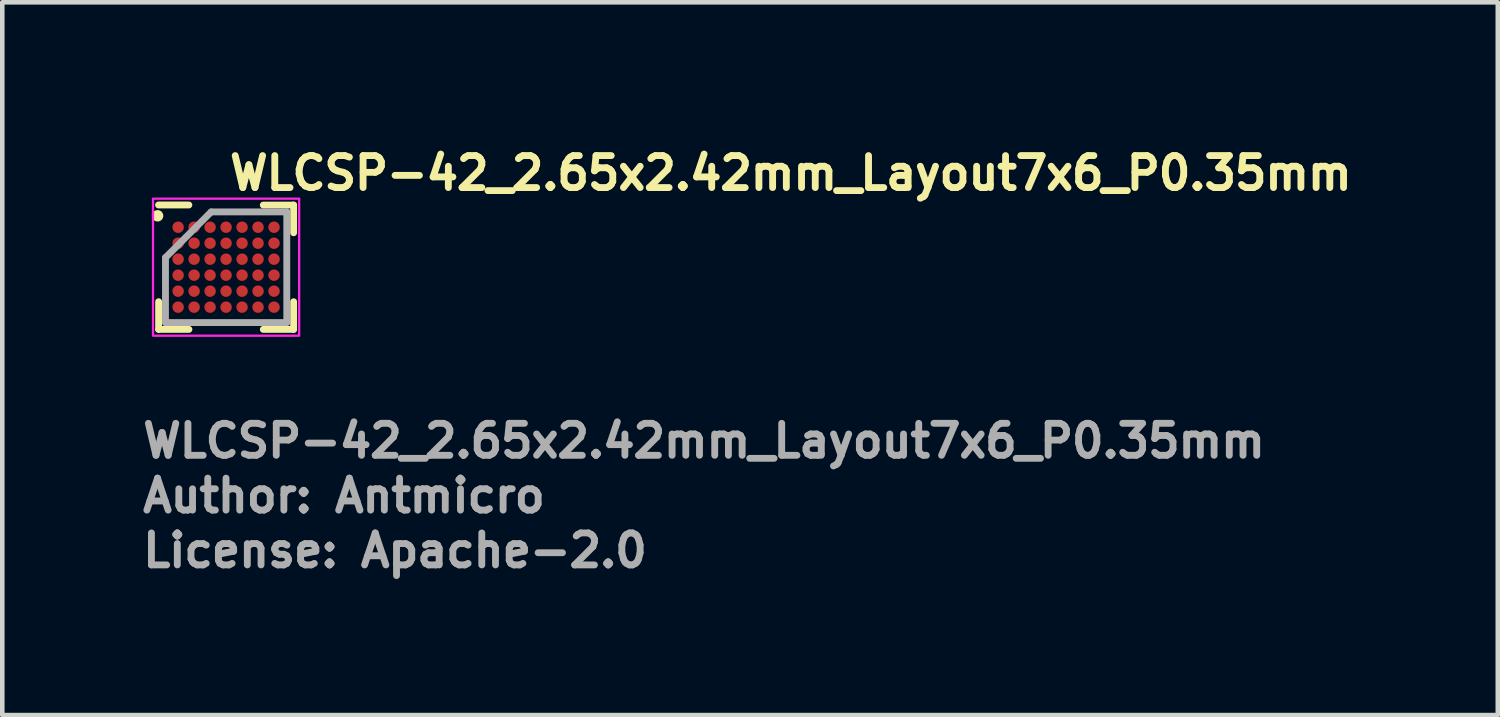
<source format=kicad_pcb>
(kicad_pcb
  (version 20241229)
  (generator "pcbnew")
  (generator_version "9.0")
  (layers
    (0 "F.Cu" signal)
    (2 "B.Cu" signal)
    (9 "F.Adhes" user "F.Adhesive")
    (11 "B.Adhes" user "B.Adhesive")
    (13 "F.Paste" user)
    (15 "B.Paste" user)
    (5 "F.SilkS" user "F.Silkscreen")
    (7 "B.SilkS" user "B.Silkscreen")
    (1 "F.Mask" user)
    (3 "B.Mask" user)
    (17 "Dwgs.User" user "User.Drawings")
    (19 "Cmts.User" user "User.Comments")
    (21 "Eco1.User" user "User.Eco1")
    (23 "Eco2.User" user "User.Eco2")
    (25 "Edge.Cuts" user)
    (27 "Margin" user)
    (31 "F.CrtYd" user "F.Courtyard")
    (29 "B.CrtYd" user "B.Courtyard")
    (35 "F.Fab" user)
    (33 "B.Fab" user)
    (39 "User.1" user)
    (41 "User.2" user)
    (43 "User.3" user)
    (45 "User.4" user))
  (footprint "WLCSP-42_2.65x2.42mm_Layout7x6_P0.35mm"
    (layer "F.Cu")
    (at 1.9 2.8)
    (property "Reference" "WLCSP-42_2.65x2.42mm_Layout7x6_P0.35mm" (at 0.001 -1.65 0) (layer "F.SilkS") (effects (font (size 0.7 0.7) (thickness 0.15)) (justify left bottom)))
    (attr smd)
    (fp_line (start -1.477 1.362) (end -1.477 0.756) (stroke (width 0.15) (type solid)) (layer "F.SilkS"))
    (fp_line (start -0.815 -1.362) (end -1.479 -1.362) (stroke (width 0.15) (type solid)) (layer "F.SilkS"))
    (fp_line (start -0.813 1.362) (end -1.477 1.362) (stroke (width 0.15) (type solid)) (layer "F.SilkS"))
    (fp_line (start 0.815 -1.36) (end 1.479 -1.36) (stroke (width 0.15) (type solid)) (layer "F.SilkS"))
    (fp_line (start 0.815 1.362) (end 1.479 1.362) (stroke (width 0.15) (type solid)) (layer "F.SilkS"))
    (fp_line (start 1.479 -1.36) (end 1.479 -0.754) (stroke (width 0.15) (type solid)) (layer "F.SilkS"))
    (fp_line (start 1.479 1.362) (end 1.479 0.756) (stroke (width 0.15) (type solid)) (layer "F.SilkS"))
    (fp_circle (center -1.5 -1.125) (end -1.45 -1.125) (stroke (width 0.15) (type solid)) (fill yes) (layer "F.SilkS"))
    (fp_rect (start -1.6 -1.5) (end 1.6 1.5) (stroke (width 0.05) (type solid)) (fill no) (layer "F.CrtYd"))
    (fp_line (start -1.327 -0.21) (end -1.327 1.212) (stroke (width 0.15) (type solid)) (layer "F.Fab"))
    (fp_line (start -1.327 1.212) (end 1.329 1.212) (stroke (width 0.15) (type solid)) (layer "F.Fab"))
    (fp_line (start -0.327 -1.21) (end -1.327 -0.21) (stroke (width 0.15) (type solid)) (layer "F.Fab"))
    (fp_line (start 1.329 -1.21) (end -0.327 -1.21) (stroke (width 0.15) (type solid)) (layer "F.Fab"))
    (fp_line (start 1.329 1.212) (end 1.329 -1.21) (stroke (width 0.15) (type solid)) (layer "F.Fab"))
    (fp_rect (start -1.327 -1.211) (end 1.328 1.211) (stroke (width 0.1) (type solid)) (fill no) (layer "User.5"))
    (fp_line (start -1.327 -1.211) (end -1.327 1.211) (stroke (width 0.02) (type solid)) (layer "User.9"))
    (fp_line (start -1.327 1.211) (end 1.328 1.211) (stroke (width 0.02) (type solid)) (layer "User.9"))
    (fp_line (start 1.328 -1.211) (end -1.327 -1.211) (stroke (width 0.02) (type solid)) (layer "User.9"))
    (fp_line (start 1.328 1.211) (end 1.328 -1.211) (stroke (width 0.02) (type solid)) (layer "User.9"))
    (fp_text user "Author: Antmicro" (at -1.9 5.412 0) (layer "F.Fab") (effects (font (size 0.7 0.7) (thickness 0.15)) (justify left bottom)))
    (fp_text user "${REFERENCE}" (at -1.9 4.212 0) (layer "F.Fab") (effects (font (size 0.7 0.7) (thickness 0.15)) (justify left bottom)))
    (fp_text user "License: Apache-2.0" (at -1.9 6.612 0) (layer "F.Fab") (effects (font (size 0.7 0.7) (thickness 0.15)) (justify left bottom)))
    (pad "A1" smd circle (at -1.05 -0.875) (size 0.25 0.25) (layers "F.Cu" "F.Mask" "F.Paste"))
    (pad "A2" smd circle (at -0.7 -0.875) (size 0.25 0.25) (layers "F.Cu" "F.Mask" "F.Paste"))
    (pad "A3" smd circle (at -0.35 -0.875) (size 0.25 0.25) (layers "F.Cu" "F.Mask" "F.Paste"))
    (pad "A4" smd circle (at 0 -0.875) (size 0.25 0.25) (layers "F.Cu" "F.Mask" "F.Paste"))
    (pad "A5" smd circle (at 0.35 -0.875) (size 0.25 0.25) (layers "F.Cu" "F.Mask" "F.Paste"))
    (pad "A6" smd circle (at 0.7 -0.875) (size 0.25 0.25) (layers "F.Cu" "F.Mask" "F.Paste"))
    (pad "A7" smd circle (at 1.05 -0.875) (size 0.25 0.25) (layers "F.Cu" "F.Mask" "F.Paste"))
    (pad "B1" smd circle (at -1.05 -0.525) (size 0.25 0.25) (layers "F.Cu" "F.Mask" "F.Paste"))
    (pad "B2" smd circle (at -0.7 -0.525) (size 0.25 0.25) (layers "F.Cu" "F.Mask" "F.Paste"))
    (pad "B3" smd circle (at -0.35 -0.525) (size 0.25 0.25) (layers "F.Cu" "F.Mask" "F.Paste"))
    (pad "B4" smd circle (at 0 -0.525) (size 0.25 0.25) (layers "F.Cu" "F.Mask" "F.Paste"))
    (pad "B5" smd circle (at 0.35 -0.525) (size 0.25 0.25) (layers "F.Cu" "F.Mask" "F.Paste"))
    (pad "B6" smd circle (at 0.7 -0.525) (size 0.25 0.25) (layers "F.Cu" "F.Mask" "F.Paste"))
    (pad "B7" smd circle (at 1.05 -0.525) (size 0.25 0.25) (layers "F.Cu" "F.Mask" "F.Paste"))
    (pad "C1" smd circle (at -1.05 -0.175) (size 0.25 0.25) (layers "F.Cu" "F.Mask" "F.Paste"))
    (pad "C2" smd circle (at -0.7 -0.175) (size 0.25 0.25) (layers "F.Cu" "F.Mask" "F.Paste"))
    (pad "C3" smd circle (at -0.35 -0.175) (size 0.25 0.25) (layers "F.Cu" "F.Mask" "F.Paste"))
    (pad "C4" smd circle (at 0 -0.175) (size 0.25 0.25) (layers "F.Cu" "F.Mask" "F.Paste"))
    (pad "C5" smd circle (at 0.35 -0.175) (size 0.25 0.25) (layers "F.Cu" "F.Mask" "F.Paste"))
    (pad "C6" smd circle (at 0.7 -0.175) (size 0.25 0.25) (layers "F.Cu" "F.Mask" "F.Paste"))
    (pad "C7" smd circle (at 1.05 -0.175) (size 0.25 0.25) (layers "F.Cu" "F.Mask" "F.Paste"))
    (pad "D1" smd circle (at -1.05 0.175) (size 0.25 0.25) (layers "F.Cu" "F.Mask" "F.Paste"))
    (pad "D2" smd circle (at -0.7 0.175) (size 0.25 0.25) (layers "F.Cu" "F.Mask" "F.Paste"))
    (pad "D3" smd circle (at -0.35 0.175) (size 0.25 0.25) (layers "F.Cu" "F.Mask" "F.Paste"))
    (pad "D4" smd circle (at 0 0.175) (size 0.25 0.25) (layers "F.Cu" "F.Mask" "F.Paste"))
    (pad "D5" smd circle (at 0.35 0.175) (size 0.25 0.25) (layers "F.Cu" "F.Mask" "F.Paste"))
    (pad "D6" smd circle (at 0.7 0.175) (size 0.25 0.25) (layers "F.Cu" "F.Mask" "F.Paste"))
    (pad "D7" smd circle (at 1.05 0.175) (size 0.25 0.25) (layers "F.Cu" "F.Mask" "F.Paste"))
    (pad "E1" smd circle (at -1.05 0.525) (size 0.25 0.25) (layers "F.Cu" "F.Mask" "F.Paste"))
    (pad "E2" smd circle (at -0.7 0.525) (size 0.25 0.25) (layers "F.Cu" "F.Mask" "F.Paste"))
    (pad "E3" smd circle (at -0.35 0.525) (size 0.25 0.25) (layers "F.Cu" "F.Mask" "F.Paste"))
    (pad "E4" smd circle (at 0 0.525) (size 0.25 0.25) (layers "F.Cu" "F.Mask" "F.Paste"))
    (pad "E5" smd circle (at 0.35 0.525) (size 0.25 0.25) (layers "F.Cu" "F.Mask" "F.Paste"))
    (pad "E6" smd circle (at 0.7 0.525) (size 0.25 0.25) (layers "F.Cu" "F.Mask" "F.Paste"))
    (pad "E7" smd circle (at 1.05 0.525) (size 0.25 0.25) (layers "F.Cu" "F.Mask" "F.Paste"))
    (pad "F1" smd circle (at -1.05 0.875) (size 0.25 0.25) (layers "F.Cu" "F.Mask" "F.Paste"))
    (pad "F2" smd circle (at -0.7 0.875) (size 0.25 0.25) (layers "F.Cu" "F.Mask" "F.Paste"))
    (pad "F3" smd circle (at -0.35 0.875) (size 0.25 0.25) (layers "F.Cu" "F.Mask" "F.Paste"))
    (pad "F4" smd circle (at 0 0.875) (size 0.25 0.25) (layers "F.Cu" "F.Mask" "F.Paste"))
    (pad "F5" smd circle (at 0.35 0.875) (size 0.25 0.25) (layers "F.Cu" "F.Mask" "F.Paste"))
    (pad "F6" smd circle (at 0.7 0.875) (size 0.25 0.25) (layers "F.Cu" "F.Mask" "F.Paste"))
    (pad "F7" smd circle (at 1.05 0.875) (size 0.25 0.25) (layers "F.Cu" "F.Mask" "F.Paste")))
  (gr_rect
    (start -3 -3)
    (end 29.744 12.607)
    (stroke (width 0.1) (type default))
    (fill no)
    (layer "Edge.Cuts")))
</source>
